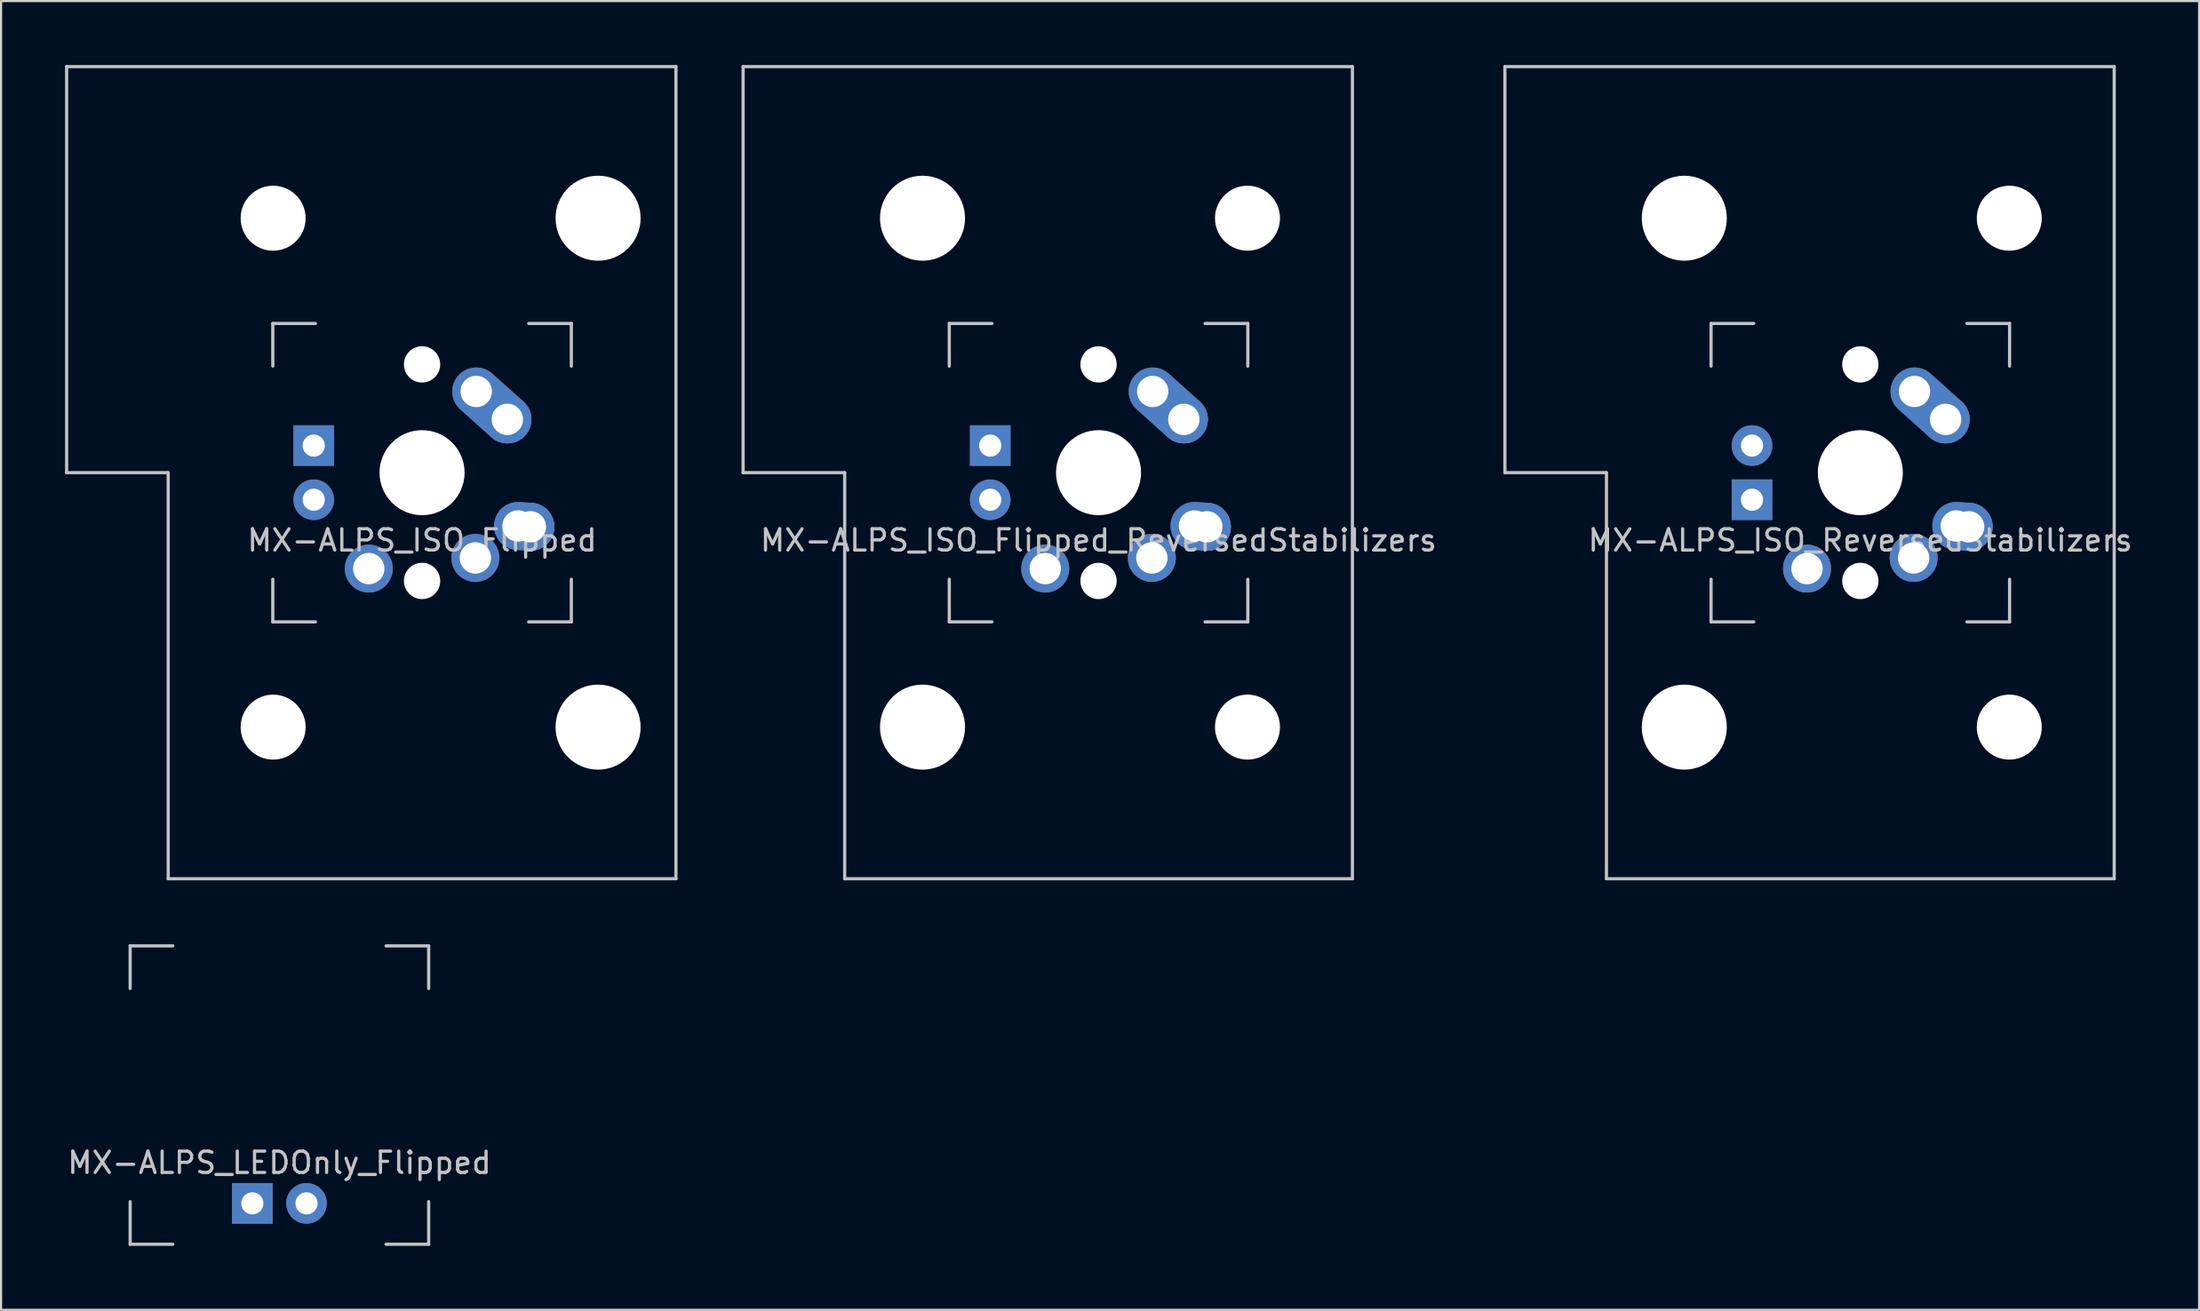
<source format=kicad_pcb>
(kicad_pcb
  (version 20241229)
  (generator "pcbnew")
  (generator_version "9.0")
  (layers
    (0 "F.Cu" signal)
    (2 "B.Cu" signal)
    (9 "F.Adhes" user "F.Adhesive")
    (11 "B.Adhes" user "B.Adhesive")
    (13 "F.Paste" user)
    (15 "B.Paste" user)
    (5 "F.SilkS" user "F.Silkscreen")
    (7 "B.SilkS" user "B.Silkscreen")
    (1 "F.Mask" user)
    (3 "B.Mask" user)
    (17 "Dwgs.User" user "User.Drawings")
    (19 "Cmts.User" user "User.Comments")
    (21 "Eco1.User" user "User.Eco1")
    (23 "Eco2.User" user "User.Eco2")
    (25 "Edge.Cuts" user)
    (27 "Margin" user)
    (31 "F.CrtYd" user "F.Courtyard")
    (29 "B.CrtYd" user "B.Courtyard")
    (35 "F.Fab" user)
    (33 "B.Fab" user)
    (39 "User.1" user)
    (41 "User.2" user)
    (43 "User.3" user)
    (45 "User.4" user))
  (footprint "MX-ALPS_ISO_ReversedStabilizers"
    (layer "F.Cu")
    (at 84.195 19.125)
    (property "Reference" "MX-ALPS_ISO_ReversedStabilizers" (at 0 3.175 0) (layer "Dwgs.User") (effects (font (size 1 1) (thickness 0.15))))
    (attr through_hole)
    (fp_line (start -16.669 -19.05) (end -16.669 0) (stroke (width 0.15) (type solid)) (layer "Dwgs.User"))
    (fp_line (start -16.669 -19.05) (end 11.906 -19.05) (stroke (width 0.15) (type solid)) (layer "Dwgs.User"))
    (fp_line (start -11.906 0) (end -16.669 0) (stroke (width 0.15) (type solid)) (layer "Dwgs.User"))
    (fp_line (start -11.906 19.05) (end -11.906 0) (stroke (width 0.15) (type solid)) (layer "Dwgs.User"))
    (fp_line (start -11.906 19.05) (end 11.906 19.05) (stroke (width 0.15) (type solid)) (layer "Dwgs.User"))
    (fp_line (start -7 -7) (end -7 -5) (stroke (width 0.15) (type solid)) (layer "Dwgs.User"))
    (fp_line (start -7 5) (end -7 7) (stroke (width 0.15) (type solid)) (layer "Dwgs.User"))
    (fp_line (start -7 7) (end -5 7) (stroke (width 0.15) (type solid)) (layer "Dwgs.User"))
    (fp_line (start -5 -7) (end -7 -7) (stroke (width 0.15) (type solid)) (layer "Dwgs.User"))
    (fp_line (start 5 -7) (end 7 -7) (stroke (width 0.15) (type solid)) (layer "Dwgs.User"))
    (fp_line (start 5 7) (end 7 7) (stroke (width 0.15) (type solid)) (layer "Dwgs.User"))
    (fp_line (start 7 -7) (end 7 -5) (stroke (width 0.15) (type solid)) (layer "Dwgs.User"))
    (fp_line (start 7 7) (end 7 5) (stroke (width 0.15) (type solid)) (layer "Dwgs.User"))
    (fp_line (start 11.906 -19.05) (end 11.906 19.05) (stroke (width 0.15) (type solid)) (layer "Dwgs.User"))
    (pad "" np_thru_hole circle (at -8.255 -11.938) (size 3.988 3.988) (drill 3.988) (layers "*.Cu" "*.Mask"))
    (pad "" np_thru_hole circle (at -8.255 11.938) (size 3.988 3.988) (drill 3.988) (layers "*.Cu" "*.Mask"))
    (pad "" np_thru_hole circle (at 0 -5.08 48.1) (size 1.702 1.702) (drill 1.702) (layers "*.Cu" "*.Mask"))
    (pad "" np_thru_hole circle (at 0 0) (size 3.988 3.988) (drill 3.988) (layers "*.Cu" "*.Mask"))
    (pad "" np_thru_hole circle (at 0 5.08 48.1) (size 1.702 1.702) (drill 1.702) (layers "*.Cu" "*.Mask"))
    (pad "" np_thru_hole circle (at 6.985 -11.938) (size 3.048 3.048) (drill 3.048) (layers "*.Cu" "*.Mask"))
    (pad "" np_thru_hole circle (at 6.985 11.938) (size 3.048 3.048) (drill 3.048) (layers "*.Cu" "*.Mask"))
    (pad "1" thru_hole circle (at 2.5 4) (size 2.25 2.25) (drill 1.47) (layers "*.Cu" "B.Mask"))
    (pad "1" thru_hole oval (at 4.5 2.5 356.055) (size 2.831 2.25) (drill 1.47 (offset 0.291 0)) (layers "*.Cu" "B.Mask"))
    (pad "1" thru_hole circle (at 5.08 2.54) (size 2.25 2.25) (drill 1.47) (layers "*.Cu" "B.Mask"))
    (pad "2" thru_hole circle (at -2.5 4.5) (size 2.25 2.25) (drill 1.47) (layers "*.Cu" "B.Mask"))
    (pad "2" thru_hole oval (at 2.54 -3.81 318.1) (size 4.212 2.25) (drill 1.47 (offset 0.981 0)) (layers "*.Cu" "B.Mask"))
    (pad "2" thru_hole circle (at 4 -2.5) (size 2.25 2.25) (drill 1.47) (layers "*.Cu" "B.Mask"))
    (pad "3" thru_hole circle (at -5.08 -1.27) (size 1.905 1.905) (drill 1.04) (layers "*.Cu" "B.Mask"))
    (pad "4" thru_hole rect (at -5.08 1.27) (size 1.905 1.905) (drill 1.04) (layers "*.Cu" "B.Mask")))
  (footprint "MX-ALPS_ISO_Flipped_ReversedStabilizers"
    (layer "F.Cu")
    (at 48.469 19.125)
    (property "Reference" "MX-ALPS_ISO_Flipped_ReversedStabilizers" (at 0 3.175 0) (layer "Dwgs.User") (effects (font (size 1 1) (thickness 0.15))))
    (attr through_hole)
    (fp_line (start -16.669 -19.05) (end -16.669 0) (stroke (width 0.15) (type solid)) (layer "Dwgs.User"))
    (fp_line (start -16.669 -19.05) (end 11.906 -19.05) (stroke (width 0.15) (type solid)) (layer "Dwgs.User"))
    (fp_line (start -11.906 0) (end -16.669 0) (stroke (width 0.15) (type solid)) (layer "Dwgs.User"))
    (fp_line (start -11.906 19.05) (end -11.906 0) (stroke (width 0.15) (type solid)) (layer "Dwgs.User"))
    (fp_line (start -11.906 19.05) (end 11.906 19.05) (stroke (width 0.15) (type solid)) (layer "Dwgs.User"))
    (fp_line (start -7 -7) (end -7 -5) (stroke (width 0.15) (type solid)) (layer "Dwgs.User"))
    (fp_line (start -7 5) (end -7 7) (stroke (width 0.15) (type solid)) (layer "Dwgs.User"))
    (fp_line (start -7 7) (end -5 7) (stroke (width 0.15) (type solid)) (layer "Dwgs.User"))
    (fp_line (start -5 -7) (end -7 -7) (stroke (width 0.15) (type solid)) (layer "Dwgs.User"))
    (fp_line (start 5 -7) (end 7 -7) (stroke (width 0.15) (type solid)) (layer "Dwgs.User"))
    (fp_line (start 5 7) (end 7 7) (stroke (width 0.15) (type solid)) (layer "Dwgs.User"))
    (fp_line (start 7 -7) (end 7 -5) (stroke (width 0.15) (type solid)) (layer "Dwgs.User"))
    (fp_line (start 7 7) (end 7 5) (stroke (width 0.15) (type solid)) (layer "Dwgs.User"))
    (fp_line (start 11.906 -19.05) (end 11.906 19.05) (stroke (width 0.15) (type solid)) (layer "Dwgs.User"))
    (pad "" np_thru_hole circle (at -8.255 -11.938) (size 3.988 3.988) (drill 3.988) (layers "*.Cu" "*.Mask"))
    (pad "" np_thru_hole circle (at -8.255 11.938) (size 3.988 3.988) (drill 3.988) (layers "*.Cu" "*.Mask"))
    (pad "" np_thru_hole circle (at 0 -5.08 48.1) (size 1.702 1.702) (drill 1.702) (layers "*.Cu" "*.Mask"))
    (pad "" np_thru_hole circle (at 0 0) (size 3.988 3.988) (drill 3.988) (layers "*.Cu" "*.Mask"))
    (pad "" np_thru_hole circle (at 0 5.08 48.1) (size 1.702 1.702) (drill 1.702) (layers "*.Cu" "*.Mask"))
    (pad "" np_thru_hole circle (at 6.985 -11.938) (size 3.048 3.048) (drill 3.048) (layers "*.Cu" "*.Mask"))
    (pad "" np_thru_hole circle (at 6.985 11.938) (size 3.048 3.048) (drill 3.048) (layers "*.Cu" "*.Mask"))
    (pad "1" thru_hole circle (at 2.5 4) (size 2.25 2.25) (drill 1.47) (layers "*.Cu" "B.Mask"))
    (pad "1" thru_hole oval (at 4.5 2.5 356.055) (size 2.831 2.25) (drill 1.47 (offset 0.291 0)) (layers "*.Cu" "B.Mask"))
    (pad "1" thru_hole circle (at 5.08 2.54) (size 2.25 2.25) (drill 1.47) (layers "*.Cu" "B.Mask"))
    (pad "2" thru_hole circle (at -2.5 4.5) (size 2.25 2.25) (drill 1.47) (layers "*.Cu" "B.Mask"))
    (pad "2" thru_hole oval (at 2.54 -3.81 318.1) (size 4.212 2.25) (drill 1.47 (offset 0.981 0)) (layers "*.Cu" "B.Mask"))
    (pad "2" thru_hole circle (at 4 -2.5) (size 2.25 2.25) (drill 1.47) (layers "*.Cu" "B.Mask"))
    (pad "3" thru_hole circle (at -5.08 1.27) (size 1.905 1.905) (drill 1.04) (layers "*.Cu" "B.Mask"))
    (pad "4" thru_hole rect (at -5.08 -1.27) (size 1.905 1.905) (drill 1.04) (layers "*.Cu" "B.Mask")))
  (footprint "MX-ALPS_ISO_Flipped"
    (layer "F.Cu")
    (at 16.744 19.125)
    (property "Reference" "MX-ALPS_ISO_Flipped" (at 0 3.175 0) (layer "Dwgs.User") (effects (font (size 1 1) (thickness 0.15))))
    (attr through_hole)
    (fp_line (start -16.669 -19.05) (end -16.669 0) (stroke (width 0.15) (type solid)) (layer "Dwgs.User"))
    (fp_line (start -16.669 -19.05) (end 11.906 -19.05) (stroke (width 0.15) (type solid)) (layer "Dwgs.User"))
    (fp_line (start -11.906 0) (end -16.669 0) (stroke (width 0.15) (type solid)) (layer "Dwgs.User"))
    (fp_line (start -11.906 19.05) (end -11.906 0) (stroke (width 0.15) (type solid)) (layer "Dwgs.User"))
    (fp_line (start -11.906 19.05) (end 11.906 19.05) (stroke (width 0.15) (type solid)) (layer "Dwgs.User"))
    (fp_line (start -7 -7) (end -7 -5) (stroke (width 0.15) (type solid)) (layer "Dwgs.User"))
    (fp_line (start -7 5) (end -7 7) (stroke (width 0.15) (type solid)) (layer "Dwgs.User"))
    (fp_line (start -7 7) (end -5 7) (stroke (width 0.15) (type solid)) (layer "Dwgs.User"))
    (fp_line (start -5 -7) (end -7 -7) (stroke (width 0.15) (type solid)) (layer "Dwgs.User"))
    (fp_line (start 5 -7) (end 7 -7) (stroke (width 0.15) (type solid)) (layer "Dwgs.User"))
    (fp_line (start 5 7) (end 7 7) (stroke (width 0.15) (type solid)) (layer "Dwgs.User"))
    (fp_line (start 7 -7) (end 7 -5) (stroke (width 0.15) (type solid)) (layer "Dwgs.User"))
    (fp_line (start 7 7) (end 7 5) (stroke (width 0.15) (type solid)) (layer "Dwgs.User"))
    (fp_line (start 11.906 -19.05) (end 11.906 19.05) (stroke (width 0.15) (type solid)) (layer "Dwgs.User"))
    (pad "" np_thru_hole circle (at -6.985 -11.938) (size 3.048 3.048) (drill 3.048) (layers "*.Cu" "*.Mask"))
    (pad "" np_thru_hole circle (at -6.985 11.938) (size 3.048 3.048) (drill 3.048) (layers "*.Cu" "*.Mask"))
    (pad "" np_thru_hole circle (at 0 -5.08 48.1) (size 1.702 1.702) (drill 1.702) (layers "*.Cu" "*.Mask"))
    (pad "" np_thru_hole circle (at 0 0) (size 3.988 3.988) (drill 3.988) (layers "*.Cu" "*.Mask"))
    (pad "" np_thru_hole circle (at 0 5.08 48.1) (size 1.702 1.702) (drill 1.702) (layers "*.Cu" "*.Mask"))
    (pad "" np_thru_hole circle (at 8.255 -11.938) (size 3.988 3.988) (drill 3.988) (layers "*.Cu" "*.Mask"))
    (pad "" np_thru_hole circle (at 8.255 11.938) (size 3.988 3.988) (drill 3.988) (layers "*.Cu" "*.Mask"))
    (pad "1" thru_hole circle (at 2.5 4) (size 2.25 2.25) (drill 1.47) (layers "*.Cu" "B.Mask"))
    (pad "1" thru_hole oval (at 4.5 2.5 356.055) (size 2.831 2.25) (drill 1.47 (offset 0.291 0)) (layers "*.Cu" "B.Mask"))
    (pad "1" thru_hole circle (at 5.08 2.54) (size 2.25 2.25) (drill 1.47) (layers "*.Cu" "B.Mask"))
    (pad "2" thru_hole circle (at -2.5 4.5) (size 2.25 2.25) (drill 1.47) (layers "*.Cu" "B.Mask"))
    (pad "2" thru_hole oval (at 2.54 -3.81 318.1) (size 4.212 2.25) (drill 1.47 (offset 0.981 0)) (layers "*.Cu" "B.Mask"))
    (pad "2" thru_hole circle (at 4 -2.5) (size 2.25 2.25) (drill 1.47) (layers "*.Cu" "B.Mask"))
    (pad "3" thru_hole circle (at -5.08 1.27) (size 1.905 1.905) (drill 1.04) (layers "*.Cu" "B.Mask"))
    (pad "4" thru_hole rect (at -5.08 -1.27) (size 1.905 1.905) (drill 1.04) (layers "*.Cu" "B.Mask")))
  (footprint "MX-ALPS_LEDOnly_Flipped"
    (layer "F.Cu")
    (at 10.054 48.325)
    (property "Reference" "MX-ALPS_LEDOnly_Flipped" (at 0 3.175 0) (layer "Dwgs.User") (effects (font (size 1 1) (thickness 0.15))))
    (attr through_hole)
    (fp_line (start -7 -7) (end -7 -5) (stroke (width 0.15) (type solid)) (layer "Dwgs.User"))
    (fp_line (start -7 5) (end -7 7) (stroke (width 0.15) (type solid)) (layer "Dwgs.User"))
    (fp_line (start -7 7) (end -5 7) (stroke (width 0.15) (type solid)) (layer "Dwgs.User"))
    (fp_line (start -5 -7) (end -7 -7) (stroke (width 0.15) (type solid)) (layer "Dwgs.User"))
    (fp_line (start 5 -7) (end 7 -7) (stroke (width 0.15) (type solid)) (layer "Dwgs.User"))
    (fp_line (start 5 7) (end 7 7) (stroke (width 0.15) (type solid)) (layer "Dwgs.User"))
    (fp_line (start 7 -7) (end 7 -5) (stroke (width 0.15) (type solid)) (layer "Dwgs.User"))
    (fp_line (start 7 7) (end 7 5) (stroke (width 0.15) (type solid)) (layer "Dwgs.User"))
    (pad "1" thru_hole circle (at 1.27 5.08) (size 1.905 1.905) (drill 1.04) (layers "*.Cu" "*.Mask"))
    (pad "2" thru_hole rect (at -1.27 5.08) (size 1.905 1.905) (drill 1.04) (layers "*.Cu" "*.Mask")))
  (gr_rect
    (start -3 -3)
    (end 100.082 58.4)
    (stroke (width 0.1) (type default))
    (fill no)
    (layer "Edge.Cuts")))
</source>
